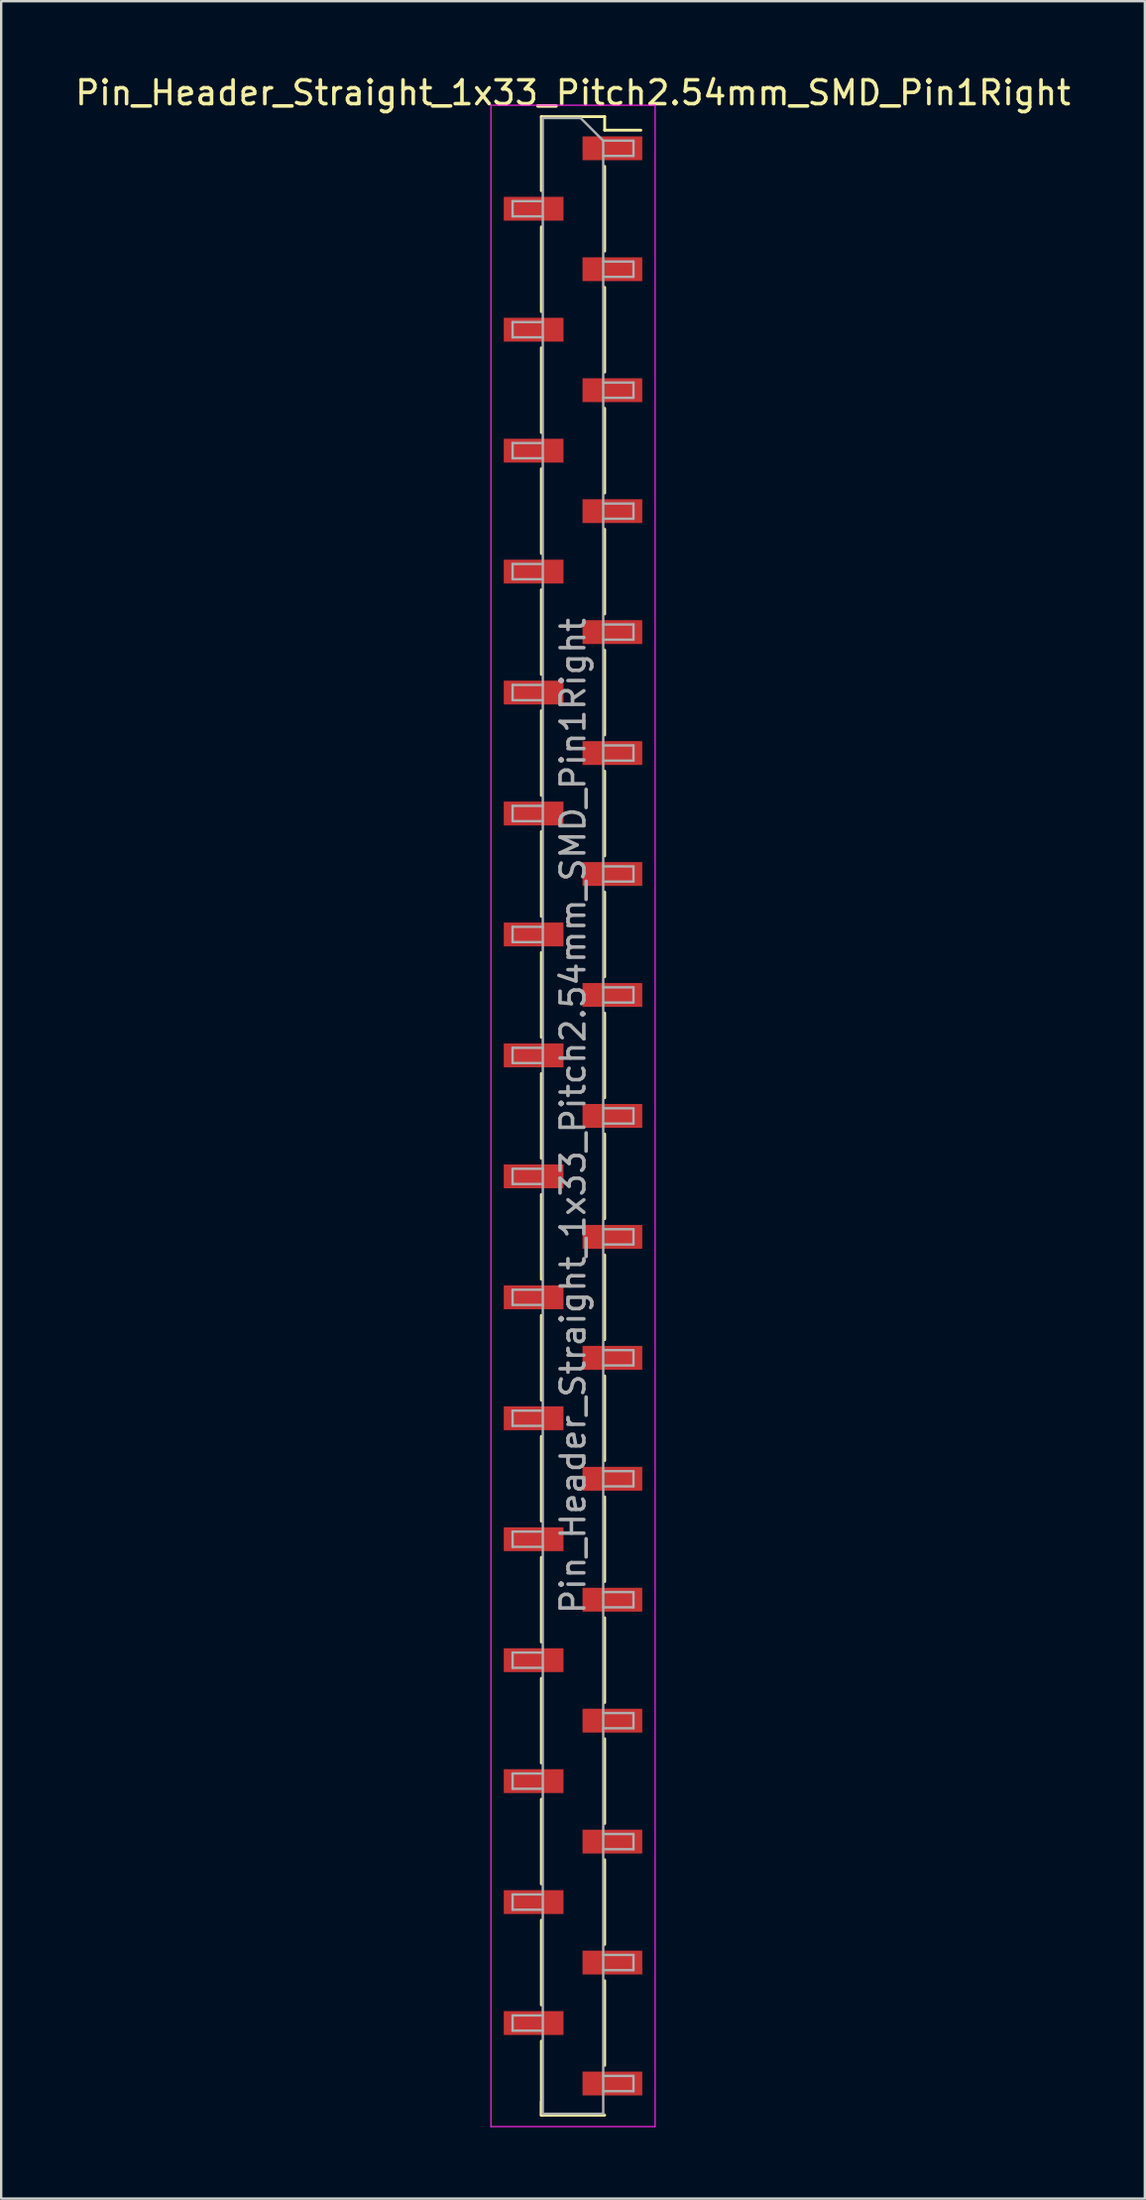
<source format=kicad_pcb>
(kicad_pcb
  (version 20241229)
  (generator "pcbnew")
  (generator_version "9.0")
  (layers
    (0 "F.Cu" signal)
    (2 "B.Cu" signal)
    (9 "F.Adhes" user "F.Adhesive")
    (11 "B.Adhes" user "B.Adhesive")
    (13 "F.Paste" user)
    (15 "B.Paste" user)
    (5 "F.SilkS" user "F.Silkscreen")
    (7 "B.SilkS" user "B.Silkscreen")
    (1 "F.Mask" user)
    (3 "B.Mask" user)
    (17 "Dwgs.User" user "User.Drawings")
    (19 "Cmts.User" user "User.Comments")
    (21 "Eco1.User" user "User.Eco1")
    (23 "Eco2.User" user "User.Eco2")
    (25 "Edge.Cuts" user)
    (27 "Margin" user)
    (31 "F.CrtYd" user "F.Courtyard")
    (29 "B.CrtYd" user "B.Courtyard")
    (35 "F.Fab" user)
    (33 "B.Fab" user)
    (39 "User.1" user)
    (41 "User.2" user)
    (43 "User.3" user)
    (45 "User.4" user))
  (footprint "Pin_Header_Straight_1x33_Pitch2.54mm_SMD_Pin1Right"
    (layer "F.Cu")
    (at 21.03 43.818)
    (property "Reference" "Pin_Header_Straight_1x33_Pitch2.54mm_SMD_Pin1Right" (at 0 -42.97 0) (layer "F.SilkS") (effects (font (size 1 1) (thickness 0.15))))
    (attr smd)
    (fp_line (start -1.33 -41.97) (end -1.33 -38.86) (stroke (width 0.12) (type solid)) (layer "F.SilkS"))
    (fp_line (start -1.33 -41.97) (end 1.33 -41.97) (stroke (width 0.12) (type solid)) (layer "F.SilkS"))
    (fp_line (start -1.33 -37.34) (end -1.33 -33.78) (stroke (width 0.12) (type solid)) (layer "F.SilkS"))
    (fp_line (start -1.33 -32.26) (end -1.33 -28.7) (stroke (width 0.12) (type solid)) (layer "F.SilkS"))
    (fp_line (start -1.33 -27.18) (end -1.33 -23.62) (stroke (width 0.12) (type solid)) (layer "F.SilkS"))
    (fp_line (start -1.33 -22.1) (end -1.33 -18.54) (stroke (width 0.12) (type solid)) (layer "F.SilkS"))
    (fp_line (start -1.33 -17.02) (end -1.33 -13.46) (stroke (width 0.12) (type solid)) (layer "F.SilkS"))
    (fp_line (start -1.33 -11.94) (end -1.33 -8.38) (stroke (width 0.12) (type solid)) (layer "F.SilkS"))
    (fp_line (start -1.33 -6.86) (end -1.33 -3.3) (stroke (width 0.12) (type solid)) (layer "F.SilkS"))
    (fp_line (start -1.33 -1.78) (end -1.33 1.78) (stroke (width 0.12) (type solid)) (layer "F.SilkS"))
    (fp_line (start -1.33 3.3) (end -1.33 6.86) (stroke (width 0.12) (type solid)) (layer "F.SilkS"))
    (fp_line (start -1.33 8.38) (end -1.33 11.94) (stroke (width 0.12) (type solid)) (layer "F.SilkS"))
    (fp_line (start -1.33 13.46) (end -1.33 17.02) (stroke (width 0.12) (type solid)) (layer "F.SilkS"))
    (fp_line (start -1.33 18.54) (end -1.33 22.1) (stroke (width 0.12) (type solid)) (layer "F.SilkS"))
    (fp_line (start -1.33 23.62) (end -1.33 27.18) (stroke (width 0.12) (type solid)) (layer "F.SilkS"))
    (fp_line (start -1.33 28.7) (end -1.33 32.26) (stroke (width 0.12) (type solid)) (layer "F.SilkS"))
    (fp_line (start -1.33 33.78) (end -1.33 37.34) (stroke (width 0.12) (type solid)) (layer "F.SilkS"))
    (fp_line (start -1.33 38.86) (end -1.33 41.97) (stroke (width 0.12) (type solid)) (layer "F.SilkS"))
    (fp_line (start -1.33 41.4) (end -1.33 41.97) (stroke (width 0.12) (type solid)) (layer "F.SilkS"))
    (fp_line (start -1.33 41.97) (end 1.33 41.97) (stroke (width 0.12) (type solid)) (layer "F.SilkS"))
    (fp_line (start 1.33 -41.97) (end 1.33 -41.4) (stroke (width 0.12) (type solid)) (layer "F.SilkS"))
    (fp_line (start 1.33 -41.4) (end 2.85 -41.4) (stroke (width 0.12) (type solid)) (layer "F.SilkS"))
    (fp_line (start 1.33 -39.88) (end 1.33 -36.32) (stroke (width 0.12) (type solid)) (layer "F.SilkS"))
    (fp_line (start 1.33 -34.8) (end 1.33 -31.24) (stroke (width 0.12) (type solid)) (layer "F.SilkS"))
    (fp_line (start 1.33 -29.72) (end 1.33 -26.16) (stroke (width 0.12) (type solid)) (layer "F.SilkS"))
    (fp_line (start 1.33 -24.64) (end 1.33 -21.08) (stroke (width 0.12) (type solid)) (layer "F.SilkS"))
    (fp_line (start 1.33 -19.56) (end 1.33 -16) (stroke (width 0.12) (type solid)) (layer "F.SilkS"))
    (fp_line (start 1.33 -14.48) (end 1.33 -10.92) (stroke (width 0.12) (type solid)) (layer "F.SilkS"))
    (fp_line (start 1.33 -9.4) (end 1.33 -5.84) (stroke (width 0.12) (type solid)) (layer "F.SilkS"))
    (fp_line (start 1.33 -4.32) (end 1.33 -0.76) (stroke (width 0.12) (type solid)) (layer "F.SilkS"))
    (fp_line (start 1.33 0.76) (end 1.33 4.32) (stroke (width 0.12) (type solid)) (layer "F.SilkS"))
    (fp_line (start 1.33 5.84) (end 1.33 9.4) (stroke (width 0.12) (type solid)) (layer "F.SilkS"))
    (fp_line (start 1.33 10.92) (end 1.33 14.48) (stroke (width 0.12) (type solid)) (layer "F.SilkS"))
    (fp_line (start 1.33 16) (end 1.33 19.56) (stroke (width 0.12) (type solid)) (layer "F.SilkS"))
    (fp_line (start 1.33 21.08) (end 1.33 24.64) (stroke (width 0.12) (type solid)) (layer "F.SilkS"))
    (fp_line (start 1.33 26.16) (end 1.33 29.72) (stroke (width 0.12) (type solid)) (layer "F.SilkS"))
    (fp_line (start 1.33 31.24) (end 1.33 34.8) (stroke (width 0.12) (type solid)) (layer "F.SilkS"))
    (fp_line (start 1.33 36.32) (end 1.33 39.88) (stroke (width 0.12) (type solid)) (layer "F.SilkS"))
    (fp_line (start -3.45 -42.45) (end -3.45 42.45) (stroke (width 0.05) (type solid)) (layer "F.CrtYd"))
    (fp_line (start -3.45 42.45) (end 3.45 42.45) (stroke (width 0.05) (type solid)) (layer "F.CrtYd"))
    (fp_line (start 3.45 -42.45) (end -3.45 -42.45) (stroke (width 0.05) (type solid)) (layer "F.CrtYd"))
    (fp_line (start 3.45 42.45) (end 3.45 -42.45) (stroke (width 0.05) (type solid)) (layer "F.CrtYd"))
    (fp_line (start -2.54 -38.42) (end -2.54 -37.78) (stroke (width 0.1) (type solid)) (layer "F.Fab"))
    (fp_line (start -2.54 -37.78) (end -1.27 -37.78) (stroke (width 0.1) (type solid)) (layer "F.Fab"))
    (fp_line (start -2.54 -33.34) (end -2.54 -32.7) (stroke (width 0.1) (type solid)) (layer "F.Fab"))
    (fp_line (start -2.54 -32.7) (end -1.27 -32.7) (stroke (width 0.1) (type solid)) (layer "F.Fab"))
    (fp_line (start -2.54 -28.26) (end -2.54 -27.62) (stroke (width 0.1) (type solid)) (layer "F.Fab"))
    (fp_line (start -2.54 -27.62) (end -1.27 -27.62) (stroke (width 0.1) (type solid)) (layer "F.Fab"))
    (fp_line (start -2.54 -23.18) (end -2.54 -22.54) (stroke (width 0.1) (type solid)) (layer "F.Fab"))
    (fp_line (start -2.54 -22.54) (end -1.27 -22.54) (stroke (width 0.1) (type solid)) (layer "F.Fab"))
    (fp_line (start -2.54 -18.1) (end -2.54 -17.46) (stroke (width 0.1) (type solid)) (layer "F.Fab"))
    (fp_line (start -2.54 -17.46) (end -1.27 -17.46) (stroke (width 0.1) (type solid)) (layer "F.Fab"))
    (fp_line (start -2.54 -13.02) (end -2.54 -12.38) (stroke (width 0.1) (type solid)) (layer "F.Fab"))
    (fp_line (start -2.54 -12.38) (end -1.27 -12.38) (stroke (width 0.1) (type solid)) (layer "F.Fab"))
    (fp_line (start -2.54 -7.94) (end -2.54 -7.3) (stroke (width 0.1) (type solid)) (layer "F.Fab"))
    (fp_line (start -2.54 -7.3) (end -1.27 -7.3) (stroke (width 0.1) (type solid)) (layer "F.Fab"))
    (fp_line (start -2.54 -2.86) (end -2.54 -2.22) (stroke (width 0.1) (type solid)) (layer "F.Fab"))
    (fp_line (start -2.54 -2.22) (end -1.27 -2.22) (stroke (width 0.1) (type solid)) (layer "F.Fab"))
    (fp_line (start -2.54 2.22) (end -2.54 2.86) (stroke (width 0.1) (type solid)) (layer "F.Fab"))
    (fp_line (start -2.54 2.86) (end -1.27 2.86) (stroke (width 0.1) (type solid)) (layer "F.Fab"))
    (fp_line (start -2.54 7.3) (end -2.54 7.94) (stroke (width 0.1) (type solid)) (layer "F.Fab"))
    (fp_line (start -2.54 7.94) (end -1.27 7.94) (stroke (width 0.1) (type solid)) (layer "F.Fab"))
    (fp_line (start -2.54 12.38) (end -2.54 13.02) (stroke (width 0.1) (type solid)) (layer "F.Fab"))
    (fp_line (start -2.54 13.02) (end -1.27 13.02) (stroke (width 0.1) (type solid)) (layer "F.Fab"))
    (fp_line (start -2.54 17.46) (end -2.54 18.1) (stroke (width 0.1) (type solid)) (layer "F.Fab"))
    (fp_line (start -2.54 18.1) (end -1.27 18.1) (stroke (width 0.1) (type solid)) (layer "F.Fab"))
    (fp_line (start -2.54 22.54) (end -2.54 23.18) (stroke (width 0.1) (type solid)) (layer "F.Fab"))
    (fp_line (start -2.54 23.18) (end -1.27 23.18) (stroke (width 0.1) (type solid)) (layer "F.Fab"))
    (fp_line (start -2.54 27.62) (end -2.54 28.26) (stroke (width 0.1) (type solid)) (layer "F.Fab"))
    (fp_line (start -2.54 28.26) (end -1.27 28.26) (stroke (width 0.1) (type solid)) (layer "F.Fab"))
    (fp_line (start -2.54 32.7) (end -2.54 33.34) (stroke (width 0.1) (type solid)) (layer "F.Fab"))
    (fp_line (start -2.54 33.34) (end -1.27 33.34) (stroke (width 0.1) (type solid)) (layer "F.Fab"))
    (fp_line (start -2.54 37.78) (end -2.54 38.42) (stroke (width 0.1) (type solid)) (layer "F.Fab"))
    (fp_line (start -2.54 38.42) (end -1.27 38.42) (stroke (width 0.1) (type solid)) (layer "F.Fab"))
    (fp_line (start -1.27 -41.91) (end -1.27 41.91) (stroke (width 0.1) (type solid)) (layer "F.Fab"))
    (fp_line (start -1.27 -41.91) (end 0.32 -41.91) (stroke (width 0.1) (type solid)) (layer "F.Fab"))
    (fp_line (start -1.27 -38.42) (end -2.54 -38.42) (stroke (width 0.1) (type solid)) (layer "F.Fab"))
    (fp_line (start -1.27 -33.34) (end -2.54 -33.34) (stroke (width 0.1) (type solid)) (layer "F.Fab"))
    (fp_line (start -1.27 -28.26) (end -2.54 -28.26) (stroke (width 0.1) (type solid)) (layer "F.Fab"))
    (fp_line (start -1.27 -23.18) (end -2.54 -23.18) (stroke (width 0.1) (type solid)) (layer "F.Fab"))
    (fp_line (start -1.27 -18.1) (end -2.54 -18.1) (stroke (width 0.1) (type solid)) (layer "F.Fab"))
    (fp_line (start -1.27 -13.02) (end -2.54 -13.02) (stroke (width 0.1) (type solid)) (layer "F.Fab"))
    (fp_line (start -1.27 -7.94) (end -2.54 -7.94) (stroke (width 0.1) (type solid)) (layer "F.Fab"))
    (fp_line (start -1.27 -2.86) (end -2.54 -2.86) (stroke (width 0.1) (type solid)) (layer "F.Fab"))
    (fp_line (start -1.27 2.22) (end -2.54 2.22) (stroke (width 0.1) (type solid)) (layer "F.Fab"))
    (fp_line (start -1.27 7.3) (end -2.54 7.3) (stroke (width 0.1) (type solid)) (layer "F.Fab"))
    (fp_line (start -1.27 12.38) (end -2.54 12.38) (stroke (width 0.1) (type solid)) (layer "F.Fab"))
    (fp_line (start -1.27 17.46) (end -2.54 17.46) (stroke (width 0.1) (type solid)) (layer "F.Fab"))
    (fp_line (start -1.27 22.54) (end -2.54 22.54) (stroke (width 0.1) (type solid)) (layer "F.Fab"))
    (fp_line (start -1.27 27.62) (end -2.54 27.62) (stroke (width 0.1) (type solid)) (layer "F.Fab"))
    (fp_line (start -1.27 32.7) (end -2.54 32.7) (stroke (width 0.1) (type solid)) (layer "F.Fab"))
    (fp_line (start -1.27 37.78) (end -2.54 37.78) (stroke (width 0.1) (type solid)) (layer "F.Fab"))
    (fp_line (start 1.27 -40.96) (end 0.32 -41.91) (stroke (width 0.1) (type solid)) (layer "F.Fab"))
    (fp_line (start 1.27 -40.96) (end 2.54 -40.96) (stroke (width 0.1) (type solid)) (layer "F.Fab"))
    (fp_line (start 1.27 -35.88) (end 2.54 -35.88) (stroke (width 0.1) (type solid)) (layer "F.Fab"))
    (fp_line (start 1.27 -30.8) (end 2.54 -30.8) (stroke (width 0.1) (type solid)) (layer "F.Fab"))
    (fp_line (start 1.27 -25.72) (end 2.54 -25.72) (stroke (width 0.1) (type solid)) (layer "F.Fab"))
    (fp_line (start 1.27 -20.64) (end 2.54 -20.64) (stroke (width 0.1) (type solid)) (layer "F.Fab"))
    (fp_line (start 1.27 -15.56) (end 2.54 -15.56) (stroke (width 0.1) (type solid)) (layer "F.Fab"))
    (fp_line (start 1.27 -10.48) (end 2.54 -10.48) (stroke (width 0.1) (type solid)) (layer "F.Fab"))
    (fp_line (start 1.27 -5.4) (end 2.54 -5.4) (stroke (width 0.1) (type solid)) (layer "F.Fab"))
    (fp_line (start 1.27 -0.32) (end 2.54 -0.32) (stroke (width 0.1) (type solid)) (layer "F.Fab"))
    (fp_line (start 1.27 4.76) (end 2.54 4.76) (stroke (width 0.1) (type solid)) (layer "F.Fab"))
    (fp_line (start 1.27 9.84) (end 2.54 9.84) (stroke (width 0.1) (type solid)) (layer "F.Fab"))
    (fp_line (start 1.27 14.92) (end 2.54 14.92) (stroke (width 0.1) (type solid)) (layer "F.Fab"))
    (fp_line (start 1.27 20) (end 2.54 20) (stroke (width 0.1) (type solid)) (layer "F.Fab"))
    (fp_line (start 1.27 25.08) (end 2.54 25.08) (stroke (width 0.1) (type solid)) (layer "F.Fab"))
    (fp_line (start 1.27 30.16) (end 2.54 30.16) (stroke (width 0.1) (type solid)) (layer "F.Fab"))
    (fp_line (start 1.27 35.24) (end 2.54 35.24) (stroke (width 0.1) (type solid)) (layer "F.Fab"))
    (fp_line (start 1.27 40.32) (end 2.54 40.32) (stroke (width 0.1) (type solid)) (layer "F.Fab"))
    (fp_line (start 1.27 41.91) (end -1.27 41.91) (stroke (width 0.1) (type solid)) (layer "F.Fab"))
    (fp_line (start 1.27 41.91) (end 1.27 -40.96) (stroke (width 0.1) (type solid)) (layer "F.Fab"))
    (fp_line (start 2.54 -40.96) (end 2.54 -40.32) (stroke (width 0.1) (type solid)) (layer "F.Fab"))
    (fp_line (start 2.54 -40.32) (end 1.27 -40.32) (stroke (width 0.1) (type solid)) (layer "F.Fab"))
    (fp_line (start 2.54 -35.88) (end 2.54 -35.24) (stroke (width 0.1) (type solid)) (layer "F.Fab"))
    (fp_line (start 2.54 -35.24) (end 1.27 -35.24) (stroke (width 0.1) (type solid)) (layer "F.Fab"))
    (fp_line (start 2.54 -30.8) (end 2.54 -30.16) (stroke (width 0.1) (type solid)) (layer "F.Fab"))
    (fp_line (start 2.54 -30.16) (end 1.27 -30.16) (stroke (width 0.1) (type solid)) (layer "F.Fab"))
    (fp_line (start 2.54 -25.72) (end 2.54 -25.08) (stroke (width 0.1) (type solid)) (layer "F.Fab"))
    (fp_line (start 2.54 -25.08) (end 1.27 -25.08) (stroke (width 0.1) (type solid)) (layer "F.Fab"))
    (fp_line (start 2.54 -20.64) (end 2.54 -20) (stroke (width 0.1) (type solid)) (layer "F.Fab"))
    (fp_line (start 2.54 -20) (end 1.27 -20) (stroke (width 0.1) (type solid)) (layer "F.Fab"))
    (fp_line (start 2.54 -15.56) (end 2.54 -14.92) (stroke (width 0.1) (type solid)) (layer "F.Fab"))
    (fp_line (start 2.54 -14.92) (end 1.27 -14.92) (stroke (width 0.1) (type solid)) (layer "F.Fab"))
    (fp_line (start 2.54 -10.48) (end 2.54 -9.84) (stroke (width 0.1) (type solid)) (layer "F.Fab"))
    (fp_line (start 2.54 -9.84) (end 1.27 -9.84) (stroke (width 0.1) (type solid)) (layer "F.Fab"))
    (fp_line (start 2.54 -5.4) (end 2.54 -4.76) (stroke (width 0.1) (type solid)) (layer "F.Fab"))
    (fp_line (start 2.54 -4.76) (end 1.27 -4.76) (stroke (width 0.1) (type solid)) (layer "F.Fab"))
    (fp_line (start 2.54 -0.32) (end 2.54 0.32) (stroke (width 0.1) (type solid)) (layer "F.Fab"))
    (fp_line (start 2.54 0.32) (end 1.27 0.32) (stroke (width 0.1) (type solid)) (layer "F.Fab"))
    (fp_line (start 2.54 4.76) (end 2.54 5.4) (stroke (width 0.1) (type solid)) (layer "F.Fab"))
    (fp_line (start 2.54 5.4) (end 1.27 5.4) (stroke (width 0.1) (type solid)) (layer "F.Fab"))
    (fp_line (start 2.54 9.84) (end 2.54 10.48) (stroke (width 0.1) (type solid)) (layer "F.Fab"))
    (fp_line (start 2.54 10.48) (end 1.27 10.48) (stroke (width 0.1) (type solid)) (layer "F.Fab"))
    (fp_line (start 2.54 14.92) (end 2.54 15.56) (stroke (width 0.1) (type solid)) (layer "F.Fab"))
    (fp_line (start 2.54 15.56) (end 1.27 15.56) (stroke (width 0.1) (type solid)) (layer "F.Fab"))
    (fp_line (start 2.54 20) (end 2.54 20.64) (stroke (width 0.1) (type solid)) (layer "F.Fab"))
    (fp_line (start 2.54 20.64) (end 1.27 20.64) (stroke (width 0.1) (type solid)) (layer "F.Fab"))
    (fp_line (start 2.54 25.08) (end 2.54 25.72) (stroke (width 0.1) (type solid)) (layer "F.Fab"))
    (fp_line (start 2.54 25.72) (end 1.27 25.72) (stroke (width 0.1) (type solid)) (layer "F.Fab"))
    (fp_line (start 2.54 30.16) (end 2.54 30.8) (stroke (width 0.1) (type solid)) (layer "F.Fab"))
    (fp_line (start 2.54 30.8) (end 1.27 30.8) (stroke (width 0.1) (type solid)) (layer "F.Fab"))
    (fp_line (start 2.54 35.24) (end 2.54 35.88) (stroke (width 0.1) (type solid)) (layer "F.Fab"))
    (fp_line (start 2.54 35.88) (end 1.27 35.88) (stroke (width 0.1) (type solid)) (layer "F.Fab"))
    (fp_line (start 2.54 40.32) (end 2.54 40.96) (stroke (width 0.1) (type solid)) (layer "F.Fab"))
    (fp_line (start 2.54 40.96) (end 1.27 40.96) (stroke (width 0.1) (type solid)) (layer "F.Fab"))
    (fp_text user "${REFERENCE}" (at 0 0 90) (layer "F.Fab") (effects (font (size 1 1) (thickness 0.15))))
    (pad "1" smd rect (at 1.655 -40.64) (size 2.51 1) (layers "F.Cu" "F.Mask" "F.Paste"))
    (pad "2" smd rect (at -1.655 -38.1) (size 2.51 1) (layers "F.Cu" "F.Mask" "F.Paste"))
    (pad "3" smd rect (at 1.655 -35.56) (size 2.51 1) (layers "F.Cu" "F.Mask" "F.Paste"))
    (pad "4" smd rect (at -1.655 -33.02) (size 2.51 1) (layers "F.Cu" "F.Mask" "F.Paste"))
    (pad "5" smd rect (at 1.655 -30.48) (size 2.51 1) (layers "F.Cu" "F.Mask" "F.Paste"))
    (pad "6" smd rect (at -1.655 -27.94) (size 2.51 1) (layers "F.Cu" "F.Mask" "F.Paste"))
    (pad "7" smd rect (at 1.655 -25.4) (size 2.51 1) (layers "F.Cu" "F.Mask" "F.Paste"))
    (pad "8" smd rect (at -1.655 -22.86) (size 2.51 1) (layers "F.Cu" "F.Mask" "F.Paste"))
    (pad "9" smd rect (at 1.655 -20.32) (size 2.51 1) (layers "F.Cu" "F.Mask" "F.Paste"))
    (pad "10" smd rect (at -1.655 -17.78) (size 2.51 1) (layers "F.Cu" "F.Mask" "F.Paste"))
    (pad "11" smd rect (at 1.655 -15.24) (size 2.51 1) (layers "F.Cu" "F.Mask" "F.Paste"))
    (pad "12" smd rect (at -1.655 -12.7) (size 2.51 1) (layers "F.Cu" "F.Mask" "F.Paste"))
    (pad "13" smd rect (at 1.655 -10.16) (size 2.51 1) (layers "F.Cu" "F.Mask" "F.Paste"))
    (pad "14" smd rect (at -1.655 -7.62) (size 2.51 1) (layers "F.Cu" "F.Mask" "F.Paste"))
    (pad "15" smd rect (at 1.655 -5.08) (size 2.51 1) (layers "F.Cu" "F.Mask" "F.Paste"))
    (pad "16" smd rect (at -1.655 -2.54) (size 2.51 1) (layers "F.Cu" "F.Mask" "F.Paste"))
    (pad "17" smd rect (at 1.655 0) (size 2.51 1) (layers "F.Cu" "F.Mask" "F.Paste"))
    (pad "18" smd rect (at -1.655 2.54) (size 2.51 1) (layers "F.Cu" "F.Mask" "F.Paste"))
    (pad "19" smd rect (at 1.655 5.08) (size 2.51 1) (layers "F.Cu" "F.Mask" "F.Paste"))
    (pad "20" smd rect (at -1.655 7.62) (size 2.51 1) (layers "F.Cu" "F.Mask" "F.Paste"))
    (pad "21" smd rect (at 1.655 10.16) (size 2.51 1) (layers "F.Cu" "F.Mask" "F.Paste"))
    (pad "22" smd rect (at -1.655 12.7) (size 2.51 1) (layers "F.Cu" "F.Mask" "F.Paste"))
    (pad "23" smd rect (at 1.655 15.24) (size 2.51 1) (layers "F.Cu" "F.Mask" "F.Paste"))
    (pad "24" smd rect (at -1.655 17.78) (size 2.51 1) (layers "F.Cu" "F.Mask" "F.Paste"))
    (pad "25" smd rect (at 1.655 20.32) (size 2.51 1) (layers "F.Cu" "F.Mask" "F.Paste"))
    (pad "26" smd rect (at -1.655 22.86) (size 2.51 1) (layers "F.Cu" "F.Mask" "F.Paste"))
    (pad "27" smd rect (at 1.655 25.4) (size 2.51 1) (layers "F.Cu" "F.Mask" "F.Paste"))
    (pad "28" smd rect (at -1.655 27.94) (size 2.51 1) (layers "F.Cu" "F.Mask" "F.Paste"))
    (pad "29" smd rect (at 1.655 30.48) (size 2.51 1) (layers "F.Cu" "F.Mask" "F.Paste"))
    (pad "30" smd rect (at -1.655 33.02) (size 2.51 1) (layers "F.Cu" "F.Mask" "F.Paste"))
    (pad "31" smd rect (at 1.655 35.56) (size 2.51 1) (layers "F.Cu" "F.Mask" "F.Paste"))
    (pad "32" smd rect (at -1.655 38.1) (size 2.51 1) (layers "F.Cu" "F.Mask" "F.Paste"))
    (pad "33" smd rect (at 1.655 40.64) (size 2.51 1) (layers "F.Cu" "F.Mask" "F.Paste")))
  (gr_rect
    (start -3 -3)
    (end 45.06 89.293)
    (stroke (width 0.1) (type default))
    (fill no)
    (layer "Edge.Cuts")))
</source>
